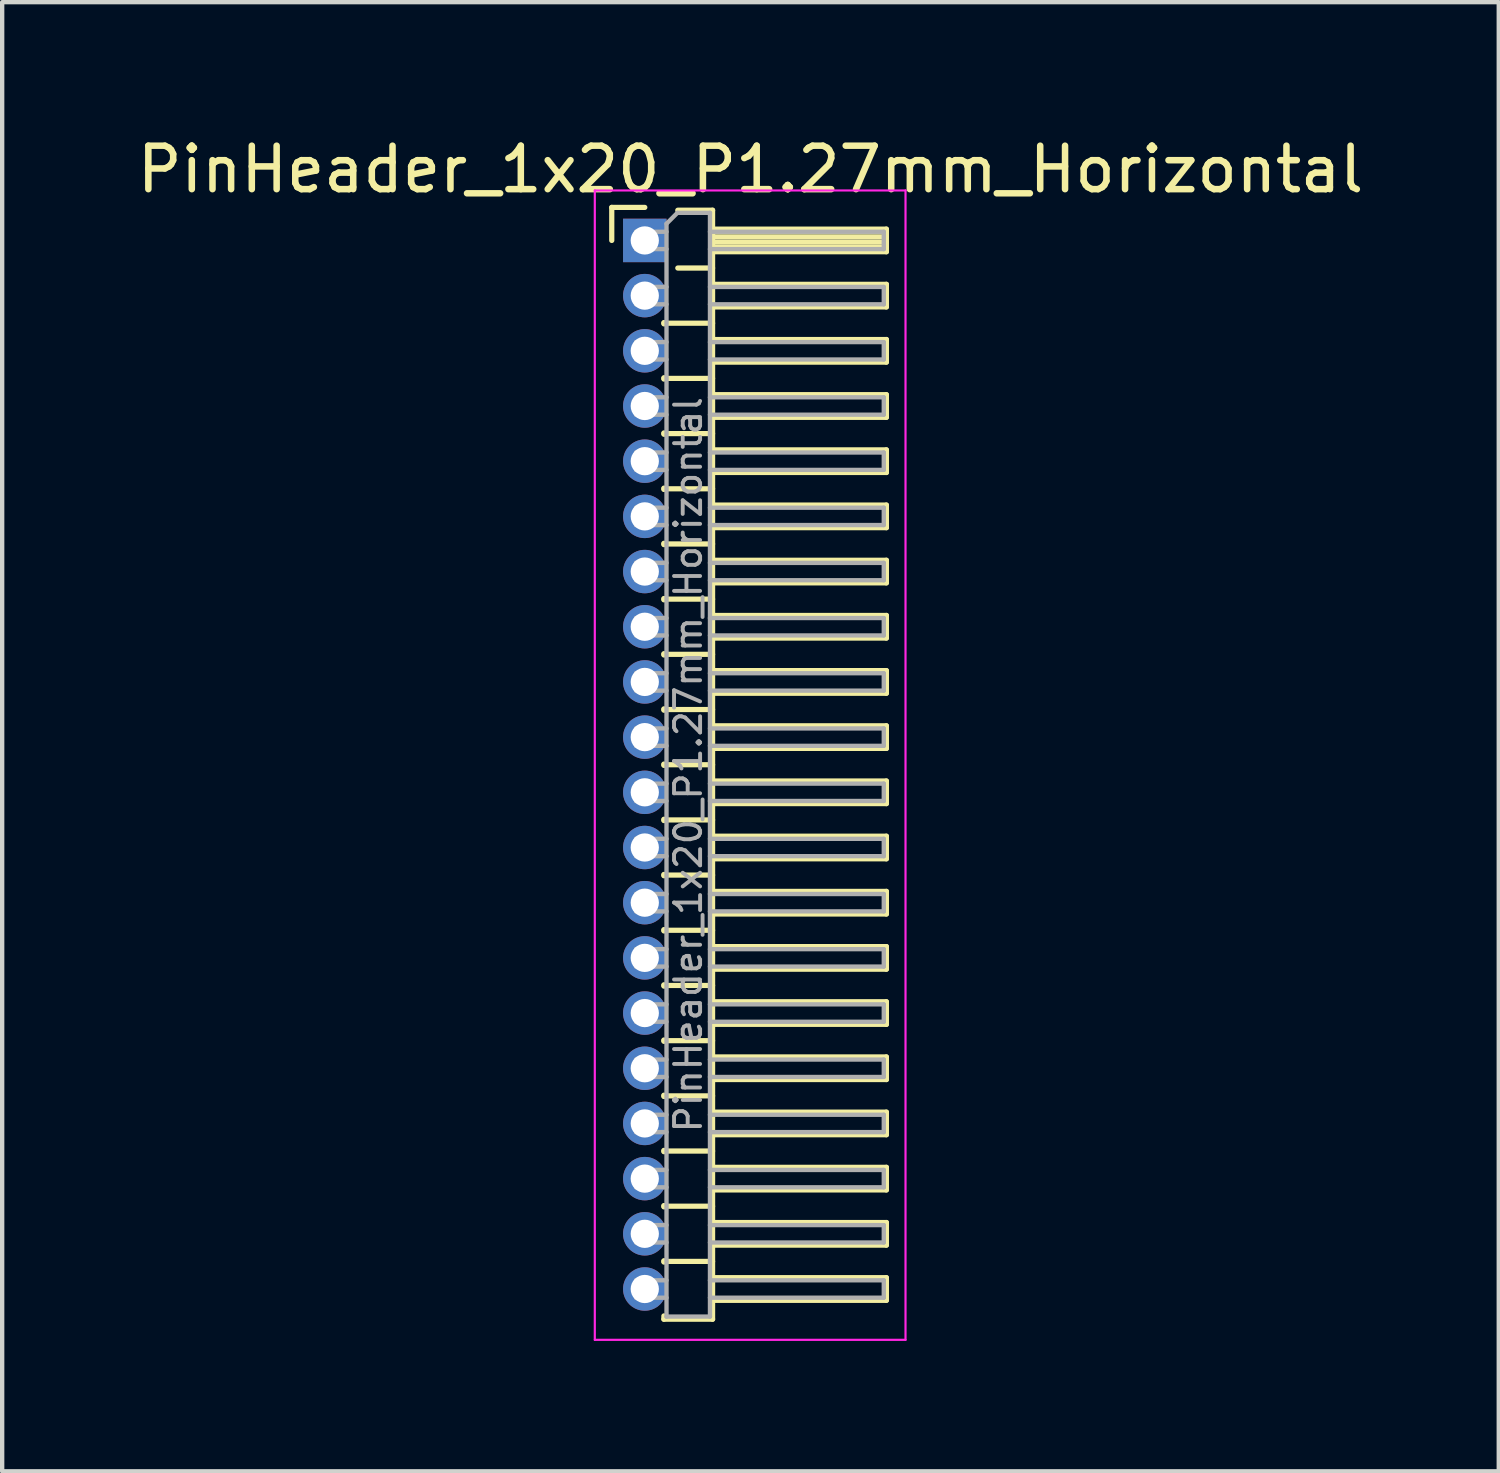
<source format=kicad_pcb>
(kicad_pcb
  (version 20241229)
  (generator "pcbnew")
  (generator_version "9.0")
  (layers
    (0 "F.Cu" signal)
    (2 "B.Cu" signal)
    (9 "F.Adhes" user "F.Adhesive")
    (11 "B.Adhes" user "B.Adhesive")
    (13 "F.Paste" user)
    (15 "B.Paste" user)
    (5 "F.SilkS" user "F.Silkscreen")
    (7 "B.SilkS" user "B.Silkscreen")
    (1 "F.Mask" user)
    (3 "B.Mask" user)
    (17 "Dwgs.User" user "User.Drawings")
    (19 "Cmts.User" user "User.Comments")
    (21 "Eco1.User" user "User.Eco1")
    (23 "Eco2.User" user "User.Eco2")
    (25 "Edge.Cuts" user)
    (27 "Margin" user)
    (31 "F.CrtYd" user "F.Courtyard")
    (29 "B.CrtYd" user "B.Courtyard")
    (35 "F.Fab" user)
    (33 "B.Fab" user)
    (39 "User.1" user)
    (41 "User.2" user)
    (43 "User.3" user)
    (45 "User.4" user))
  (footprint "PinHeader_1x20_P1.27mm_Horizontal"
    (layer "F.Cu")
    (at 11.788 2.483)
    (property "Reference" "PinHeader_1x20_P1.27mm_Horizontal" (at 2.433 -1.635 0) (layer "F.SilkS") (effects (font (size 1 1) (thickness 0.15))))
    (attr through_hole)
    (fp_line (start -0.76 -0.76) (end 0 -0.76) (stroke (width 0.12) (type solid)) (layer "F.SilkS"))
    (fp_line (start -0.76 0) (end -0.76 -0.76) (stroke (width 0.12) (type solid)) (layer "F.SilkS"))
    (fp_line (start 0.44 1.89) (end 0.44 1.92) (stroke (width 0.12) (type solid)) (layer "F.SilkS"))
    (fp_line (start 0.44 1.905) (end 1.56 1.905) (stroke (width 0.12) (type solid)) (layer "F.SilkS"))
    (fp_line (start 0.44 3.16) (end 0.44 3.19) (stroke (width 0.12) (type solid)) (layer "F.SilkS"))
    (fp_line (start 0.44 3.175) (end 1.56 3.175) (stroke (width 0.12) (type solid)) (layer "F.SilkS"))
    (fp_line (start 0.44 4.43) (end 0.44 4.46) (stroke (width 0.12) (type solid)) (layer "F.SilkS"))
    (fp_line (start 0.44 4.445) (end 1.56 4.445) (stroke (width 0.12) (type solid)) (layer "F.SilkS"))
    (fp_line (start 0.44 5.7) (end 0.44 5.73) (stroke (width 0.12) (type solid)) (layer "F.SilkS"))
    (fp_line (start 0.44 5.715) (end 1.56 5.715) (stroke (width 0.12) (type solid)) (layer "F.SilkS"))
    (fp_line (start 0.44 6.97) (end 0.44 7) (stroke (width 0.12) (type solid)) (layer "F.SilkS"))
    (fp_line (start 0.44 6.985) (end 1.56 6.985) (stroke (width 0.12) (type solid)) (layer "F.SilkS"))
    (fp_line (start 0.44 8.24) (end 0.44 8.27) (stroke (width 0.12) (type solid)) (layer "F.SilkS"))
    (fp_line (start 0.44 8.255) (end 1.56 8.255) (stroke (width 0.12) (type solid)) (layer "F.SilkS"))
    (fp_line (start 0.44 9.51) (end 0.44 9.54) (stroke (width 0.12) (type solid)) (layer "F.SilkS"))
    (fp_line (start 0.44 9.525) (end 1.56 9.525) (stroke (width 0.12) (type solid)) (layer "F.SilkS"))
    (fp_line (start 0.44 10.78) (end 0.44 10.81) (stroke (width 0.12) (type solid)) (layer "F.SilkS"))
    (fp_line (start 0.44 10.795) (end 1.56 10.795) (stroke (width 0.12) (type solid)) (layer "F.SilkS"))
    (fp_line (start 0.44 12.05) (end 0.44 12.08) (stroke (width 0.12) (type solid)) (layer "F.SilkS"))
    (fp_line (start 0.44 12.065) (end 1.56 12.065) (stroke (width 0.12) (type solid)) (layer "F.SilkS"))
    (fp_line (start 0.44 13.32) (end 0.44 13.35) (stroke (width 0.12) (type solid)) (layer "F.SilkS"))
    (fp_line (start 0.44 13.335) (end 1.56 13.335) (stroke (width 0.12) (type solid)) (layer "F.SilkS"))
    (fp_line (start 0.44 14.59) (end 0.44 14.62) (stroke (width 0.12) (type solid)) (layer "F.SilkS"))
    (fp_line (start 0.44 14.605) (end 1.56 14.605) (stroke (width 0.12) (type solid)) (layer "F.SilkS"))
    (fp_line (start 0.44 15.86) (end 0.44 15.89) (stroke (width 0.12) (type solid)) (layer "F.SilkS"))
    (fp_line (start 0.44 15.875) (end 1.56 15.875) (stroke (width 0.12) (type solid)) (layer "F.SilkS"))
    (fp_line (start 0.44 17.13) (end 0.44 17.16) (stroke (width 0.12) (type solid)) (layer "F.SilkS"))
    (fp_line (start 0.44 17.145) (end 1.56 17.145) (stroke (width 0.12) (type solid)) (layer "F.SilkS"))
    (fp_line (start 0.44 18.4) (end 0.44 18.43) (stroke (width 0.12) (type solid)) (layer "F.SilkS"))
    (fp_line (start 0.44 18.415) (end 1.56 18.415) (stroke (width 0.12) (type solid)) (layer "F.SilkS"))
    (fp_line (start 0.44 19.67) (end 0.44 19.7) (stroke (width 0.12) (type solid)) (layer "F.SilkS"))
    (fp_line (start 0.44 19.685) (end 1.56 19.685) (stroke (width 0.12) (type solid)) (layer "F.SilkS"))
    (fp_line (start 0.44 20.94) (end 0.44 20.97) (stroke (width 0.12) (type solid)) (layer "F.SilkS"))
    (fp_line (start 0.44 20.955) (end 1.56 20.955) (stroke (width 0.12) (type solid)) (layer "F.SilkS"))
    (fp_line (start 0.44 22.21) (end 0.44 22.24) (stroke (width 0.12) (type solid)) (layer "F.SilkS"))
    (fp_line (start 0.44 22.225) (end 1.56 22.225) (stroke (width 0.12) (type solid)) (layer "F.SilkS"))
    (fp_line (start 0.44 23.48) (end 0.44 23.51) (stroke (width 0.12) (type solid)) (layer "F.SilkS"))
    (fp_line (start 0.44 23.495) (end 1.56 23.495) (stroke (width 0.12) (type solid)) (layer "F.SilkS"))
    (fp_line (start 0.44 24.825) (end 0.44 24.75) (stroke (width 0.12) (type solid)) (layer "F.SilkS"))
    (fp_line (start 0.76 -0.695) (end 1.56 -0.695) (stroke (width 0.12) (type solid)) (layer "F.SilkS"))
    (fp_line (start 0.76 0.635) (end 1.56 0.635) (stroke (width 0.12) (type solid)) (layer "F.SilkS"))
    (fp_line (start 1.56 -0.695) (end 1.56 24.825) (stroke (width 0.12) (type solid)) (layer "F.SilkS"))
    (fp_line (start 1.56 -0.26) (end 5.56 -0.26) (stroke (width 0.12) (type solid)) (layer "F.SilkS"))
    (fp_line (start 1.56 -0.2) (end 5.56 -0.2) (stroke (width 0.12) (type solid)) (layer "F.SilkS"))
    (fp_line (start 1.56 -0.08) (end 5.56 -0.08) (stroke (width 0.12) (type solid)) (layer "F.SilkS"))
    (fp_line (start 1.56 0.04) (end 5.56 0.04) (stroke (width 0.12) (type solid)) (layer "F.SilkS"))
    (fp_line (start 1.56 0.16) (end 5.56 0.16) (stroke (width 0.12) (type solid)) (layer "F.SilkS"))
    (fp_line (start 1.56 1.01) (end 5.56 1.01) (stroke (width 0.12) (type solid)) (layer "F.SilkS"))
    (fp_line (start 1.56 2.28) (end 5.56 2.28) (stroke (width 0.12) (type solid)) (layer "F.SilkS"))
    (fp_line (start 1.56 3.55) (end 5.56 3.55) (stroke (width 0.12) (type solid)) (layer "F.SilkS"))
    (fp_line (start 1.56 4.82) (end 5.56 4.82) (stroke (width 0.12) (type solid)) (layer "F.SilkS"))
    (fp_line (start 1.56 6.09) (end 5.56 6.09) (stroke (width 0.12) (type solid)) (layer "F.SilkS"))
    (fp_line (start 1.56 7.36) (end 5.56 7.36) (stroke (width 0.12) (type solid)) (layer "F.SilkS"))
    (fp_line (start 1.56 8.63) (end 5.56 8.63) (stroke (width 0.12) (type solid)) (layer "F.SilkS"))
    (fp_line (start 1.56 9.9) (end 5.56 9.9) (stroke (width 0.12) (type solid)) (layer "F.SilkS"))
    (fp_line (start 1.56 11.17) (end 5.56 11.17) (stroke (width 0.12) (type solid)) (layer "F.SilkS"))
    (fp_line (start 1.56 12.44) (end 5.56 12.44) (stroke (width 0.12) (type solid)) (layer "F.SilkS"))
    (fp_line (start 1.56 13.71) (end 5.56 13.71) (stroke (width 0.12) (type solid)) (layer "F.SilkS"))
    (fp_line (start 1.56 14.98) (end 5.56 14.98) (stroke (width 0.12) (type solid)) (layer "F.SilkS"))
    (fp_line (start 1.56 16.25) (end 5.56 16.25) (stroke (width 0.12) (type solid)) (layer "F.SilkS"))
    (fp_line (start 1.56 17.52) (end 5.56 17.52) (stroke (width 0.12) (type solid)) (layer "F.SilkS"))
    (fp_line (start 1.56 18.79) (end 5.56 18.79) (stroke (width 0.12) (type solid)) (layer "F.SilkS"))
    (fp_line (start 1.56 20.06) (end 5.56 20.06) (stroke (width 0.12) (type solid)) (layer "F.SilkS"))
    (fp_line (start 1.56 21.33) (end 5.56 21.33) (stroke (width 0.12) (type solid)) (layer "F.SilkS"))
    (fp_line (start 1.56 22.6) (end 5.56 22.6) (stroke (width 0.12) (type solid)) (layer "F.SilkS"))
    (fp_line (start 1.56 23.87) (end 5.56 23.87) (stroke (width 0.12) (type solid)) (layer "F.SilkS"))
    (fp_line (start 1.56 24.825) (end 0.44 24.825) (stroke (width 0.12) (type solid)) (layer "F.SilkS"))
    (fp_line (start 5.56 -0.26) (end 5.56 0.26) (stroke (width 0.12) (type solid)) (layer "F.SilkS"))
    (fp_line (start 5.56 0.26) (end 1.56 0.26) (stroke (width 0.12) (type solid)) (layer "F.SilkS"))
    (fp_line (start 5.56 1.01) (end 5.56 1.53) (stroke (width 0.12) (type solid)) (layer "F.SilkS"))
    (fp_line (start 5.56 1.53) (end 1.56 1.53) (stroke (width 0.12) (type solid)) (layer "F.SilkS"))
    (fp_line (start 5.56 2.28) (end 5.56 2.8) (stroke (width 0.12) (type solid)) (layer "F.SilkS"))
    (fp_line (start 5.56 2.8) (end 1.56 2.8) (stroke (width 0.12) (type solid)) (layer "F.SilkS"))
    (fp_line (start 5.56 3.55) (end 5.56 4.07) (stroke (width 0.12) (type solid)) (layer "F.SilkS"))
    (fp_line (start 5.56 4.07) (end 1.56 4.07) (stroke (width 0.12) (type solid)) (layer "F.SilkS"))
    (fp_line (start 5.56 4.82) (end 5.56 5.34) (stroke (width 0.12) (type solid)) (layer "F.SilkS"))
    (fp_line (start 5.56 5.34) (end 1.56 5.34) (stroke (width 0.12) (type solid)) (layer "F.SilkS"))
    (fp_line (start 5.56 6.09) (end 5.56 6.61) (stroke (width 0.12) (type solid)) (layer "F.SilkS"))
    (fp_line (start 5.56 6.61) (end 1.56 6.61) (stroke (width 0.12) (type solid)) (layer "F.SilkS"))
    (fp_line (start 5.56 7.36) (end 5.56 7.88) (stroke (width 0.12) (type solid)) (layer "F.SilkS"))
    (fp_line (start 5.56 7.88) (end 1.56 7.88) (stroke (width 0.12) (type solid)) (layer "F.SilkS"))
    (fp_line (start 5.56 8.63) (end 5.56 9.15) (stroke (width 0.12) (type solid)) (layer "F.SilkS"))
    (fp_line (start 5.56 9.15) (end 1.56 9.15) (stroke (width 0.12) (type solid)) (layer "F.SilkS"))
    (fp_line (start 5.56 9.9) (end 5.56 10.42) (stroke (width 0.12) (type solid)) (layer "F.SilkS"))
    (fp_line (start 5.56 10.42) (end 1.56 10.42) (stroke (width 0.12) (type solid)) (layer "F.SilkS"))
    (fp_line (start 5.56 11.17) (end 5.56 11.69) (stroke (width 0.12) (type solid)) (layer "F.SilkS"))
    (fp_line (start 5.56 11.69) (end 1.56 11.69) (stroke (width 0.12) (type solid)) (layer "F.SilkS"))
    (fp_line (start 5.56 12.44) (end 5.56 12.96) (stroke (width 0.12) (type solid)) (layer "F.SilkS"))
    (fp_line (start 5.56 12.96) (end 1.56 12.96) (stroke (width 0.12) (type solid)) (layer "F.SilkS"))
    (fp_line (start 5.56 13.71) (end 5.56 14.23) (stroke (width 0.12) (type solid)) (layer "F.SilkS"))
    (fp_line (start 5.56 14.23) (end 1.56 14.23) (stroke (width 0.12) (type solid)) (layer "F.SilkS"))
    (fp_line (start 5.56 14.98) (end 5.56 15.5) (stroke (width 0.12) (type solid)) (layer "F.SilkS"))
    (fp_line (start 5.56 15.5) (end 1.56 15.5) (stroke (width 0.12) (type solid)) (layer "F.SilkS"))
    (fp_line (start 5.56 16.25) (end 5.56 16.77) (stroke (width 0.12) (type solid)) (layer "F.SilkS"))
    (fp_line (start 5.56 16.77) (end 1.56 16.77) (stroke (width 0.12) (type solid)) (layer "F.SilkS"))
    (fp_line (start 5.56 17.52) (end 5.56 18.04) (stroke (width 0.12) (type solid)) (layer "F.SilkS"))
    (fp_line (start 5.56 18.04) (end 1.56 18.04) (stroke (width 0.12) (type solid)) (layer "F.SilkS"))
    (fp_line (start 5.56 18.79) (end 5.56 19.31) (stroke (width 0.12) (type solid)) (layer "F.SilkS"))
    (fp_line (start 5.56 19.31) (end 1.56 19.31) (stroke (width 0.12) (type solid)) (layer "F.SilkS"))
    (fp_line (start 5.56 20.06) (end 5.56 20.58) (stroke (width 0.12) (type solid)) (layer "F.SilkS"))
    (fp_line (start 5.56 20.58) (end 1.56 20.58) (stroke (width 0.12) (type solid)) (layer "F.SilkS"))
    (fp_line (start 5.56 21.33) (end 5.56 21.85) (stroke (width 0.12) (type solid)) (layer "F.SilkS"))
    (fp_line (start 5.56 21.85) (end 1.56 21.85) (stroke (width 0.12) (type solid)) (layer "F.SilkS"))
    (fp_line (start 5.56 22.6) (end 5.56 23.12) (stroke (width 0.12) (type solid)) (layer "F.SilkS"))
    (fp_line (start 5.56 23.12) (end 1.56 23.12) (stroke (width 0.12) (type solid)) (layer "F.SilkS"))
    (fp_line (start 5.56 23.87) (end 5.56 24.39) (stroke (width 0.12) (type solid)) (layer "F.SilkS"))
    (fp_line (start 5.56 24.39) (end 1.56 24.39) (stroke (width 0.12) (type solid)) (layer "F.SilkS"))
    (fp_line (start -1.15 -1.15) (end -1.15 25.3) (stroke (width 0.05) (type solid)) (layer "F.CrtYd"))
    (fp_line (start -1.15 25.3) (end 6 25.3) (stroke (width 0.05) (type solid)) (layer "F.CrtYd"))
    (fp_line (start 6 -1.15) (end -1.15 -1.15) (stroke (width 0.05) (type solid)) (layer "F.CrtYd"))
    (fp_line (start 6 25.3) (end 6 -1.15) (stroke (width 0.05) (type solid)) (layer "F.CrtYd"))
    (fp_line (start -0.2 -0.2) (end -0.2 0.2) (stroke (width 0.1) (type solid)) (layer "F.Fab"))
    (fp_line (start -0.2 -0.2) (end 0.5 -0.2) (stroke (width 0.1) (type solid)) (layer "F.Fab"))
    (fp_line (start -0.2 0.2) (end 0.5 0.2) (stroke (width 0.1) (type solid)) (layer "F.Fab"))
    (fp_line (start -0.2 1.07) (end -0.2 1.47) (stroke (width 0.1) (type solid)) (layer "F.Fab"))
    (fp_line (start -0.2 1.07) (end 0.5 1.07) (stroke (width 0.1) (type solid)) (layer "F.Fab"))
    (fp_line (start -0.2 1.47) (end 0.5 1.47) (stroke (width 0.1) (type solid)) (layer "F.Fab"))
    (fp_line (start -0.2 2.34) (end -0.2 2.74) (stroke (width 0.1) (type solid)) (layer "F.Fab"))
    (fp_line (start -0.2 2.34) (end 0.5 2.34) (stroke (width 0.1) (type solid)) (layer "F.Fab"))
    (fp_line (start -0.2 2.74) (end 0.5 2.74) (stroke (width 0.1) (type solid)) (layer "F.Fab"))
    (fp_line (start -0.2 3.61) (end -0.2 4.01) (stroke (width 0.1) (type solid)) (layer "F.Fab"))
    (fp_line (start -0.2 3.61) (end 0.5 3.61) (stroke (width 0.1) (type solid)) (layer "F.Fab"))
    (fp_line (start -0.2 4.01) (end 0.5 4.01) (stroke (width 0.1) (type solid)) (layer "F.Fab"))
    (fp_line (start -0.2 4.88) (end -0.2 5.28) (stroke (width 0.1) (type solid)) (layer "F.Fab"))
    (fp_line (start -0.2 4.88) (end 0.5 4.88) (stroke (width 0.1) (type solid)) (layer "F.Fab"))
    (fp_line (start -0.2 5.28) (end 0.5 5.28) (stroke (width 0.1) (type solid)) (layer "F.Fab"))
    (fp_line (start -0.2 6.15) (end -0.2 6.55) (stroke (width 0.1) (type solid)) (layer "F.Fab"))
    (fp_line (start -0.2 6.15) (end 0.5 6.15) (stroke (width 0.1) (type solid)) (layer "F.Fab"))
    (fp_line (start -0.2 6.55) (end 0.5 6.55) (stroke (width 0.1) (type solid)) (layer "F.Fab"))
    (fp_line (start -0.2 7.42) (end -0.2 7.82) (stroke (width 0.1) (type solid)) (layer "F.Fab"))
    (fp_line (start -0.2 7.42) (end 0.5 7.42) (stroke (width 0.1) (type solid)) (layer "F.Fab"))
    (fp_line (start -0.2 7.82) (end 0.5 7.82) (stroke (width 0.1) (type solid)) (layer "F.Fab"))
    (fp_line (start -0.2 8.69) (end -0.2 9.09) (stroke (width 0.1) (type solid)) (layer "F.Fab"))
    (fp_line (start -0.2 8.69) (end 0.5 8.69) (stroke (width 0.1) (type solid)) (layer "F.Fab"))
    (fp_line (start -0.2 9.09) (end 0.5 9.09) (stroke (width 0.1) (type solid)) (layer "F.Fab"))
    (fp_line (start -0.2 9.96) (end -0.2 10.36) (stroke (width 0.1) (type solid)) (layer "F.Fab"))
    (fp_line (start -0.2 9.96) (end 0.5 9.96) (stroke (width 0.1) (type solid)) (layer "F.Fab"))
    (fp_line (start -0.2 10.36) (end 0.5 10.36) (stroke (width 0.1) (type solid)) (layer "F.Fab"))
    (fp_line (start -0.2 11.23) (end -0.2 11.63) (stroke (width 0.1) (type solid)) (layer "F.Fab"))
    (fp_line (start -0.2 11.23) (end 0.5 11.23) (stroke (width 0.1) (type solid)) (layer "F.Fab"))
    (fp_line (start -0.2 11.63) (end 0.5 11.63) (stroke (width 0.1) (type solid)) (layer "F.Fab"))
    (fp_line (start -0.2 12.5) (end -0.2 12.9) (stroke (width 0.1) (type solid)) (layer "F.Fab"))
    (fp_line (start -0.2 12.5) (end 0.5 12.5) (stroke (width 0.1) (type solid)) (layer "F.Fab"))
    (fp_line (start -0.2 12.9) (end 0.5 12.9) (stroke (width 0.1) (type solid)) (layer "F.Fab"))
    (fp_line (start -0.2 13.77) (end -0.2 14.17) (stroke (width 0.1) (type solid)) (layer "F.Fab"))
    (fp_line (start -0.2 13.77) (end 0.5 13.77) (stroke (width 0.1) (type solid)) (layer "F.Fab"))
    (fp_line (start -0.2 14.17) (end 0.5 14.17) (stroke (width 0.1) (type solid)) (layer "F.Fab"))
    (fp_line (start -0.2 15.04) (end -0.2 15.44) (stroke (width 0.1) (type solid)) (layer "F.Fab"))
    (fp_line (start -0.2 15.04) (end 0.5 15.04) (stroke (width 0.1) (type solid)) (layer "F.Fab"))
    (fp_line (start -0.2 15.44) (end 0.5 15.44) (stroke (width 0.1) (type solid)) (layer "F.Fab"))
    (fp_line (start -0.2 16.31) (end -0.2 16.71) (stroke (width 0.1) (type solid)) (layer "F.Fab"))
    (fp_line (start -0.2 16.31) (end 0.5 16.31) (stroke (width 0.1) (type solid)) (layer "F.Fab"))
    (fp_line (start -0.2 16.71) (end 0.5 16.71) (stroke (width 0.1) (type solid)) (layer "F.Fab"))
    (fp_line (start -0.2 17.58) (end -0.2 17.98) (stroke (width 0.1) (type solid)) (layer "F.Fab"))
    (fp_line (start -0.2 17.58) (end 0.5 17.58) (stroke (width 0.1) (type solid)) (layer "F.Fab"))
    (fp_line (start -0.2 17.98) (end 0.5 17.98) (stroke (width 0.1) (type solid)) (layer "F.Fab"))
    (fp_line (start -0.2 18.85) (end -0.2 19.25) (stroke (width 0.1) (type solid)) (layer "F.Fab"))
    (fp_line (start -0.2 18.85) (end 0.5 18.85) (stroke (width 0.1) (type solid)) (layer "F.Fab"))
    (fp_line (start -0.2 19.25) (end 0.5 19.25) (stroke (width 0.1) (type solid)) (layer "F.Fab"))
    (fp_line (start -0.2 20.12) (end -0.2 20.52) (stroke (width 0.1) (type solid)) (layer "F.Fab"))
    (fp_line (start -0.2 20.12) (end 0.5 20.12) (stroke (width 0.1) (type solid)) (layer "F.Fab"))
    (fp_line (start -0.2 20.52) (end 0.5 20.52) (stroke (width 0.1) (type solid)) (layer "F.Fab"))
    (fp_line (start -0.2 21.39) (end -0.2 21.79) (stroke (width 0.1) (type solid)) (layer "F.Fab"))
    (fp_line (start -0.2 21.39) (end 0.5 21.39) (stroke (width 0.1) (type solid)) (layer "F.Fab"))
    (fp_line (start -0.2 21.79) (end 0.5 21.79) (stroke (width 0.1) (type solid)) (layer "F.Fab"))
    (fp_line (start -0.2 22.66) (end -0.2 23.06) (stroke (width 0.1) (type solid)) (layer "F.Fab"))
    (fp_line (start -0.2 22.66) (end 0.5 22.66) (stroke (width 0.1) (type solid)) (layer "F.Fab"))
    (fp_line (start -0.2 23.06) (end 0.5 23.06) (stroke (width 0.1) (type solid)) (layer "F.Fab"))
    (fp_line (start -0.2 23.93) (end -0.2 24.33) (stroke (width 0.1) (type solid)) (layer "F.Fab"))
    (fp_line (start -0.2 23.93) (end 0.5 23.93) (stroke (width 0.1) (type solid)) (layer "F.Fab"))
    (fp_line (start -0.2 24.33) (end 0.5 24.33) (stroke (width 0.1) (type solid)) (layer "F.Fab"))
    (fp_line (start 0.5 -0.385) (end 0.75 -0.635) (stroke (width 0.1) (type solid)) (layer "F.Fab"))
    (fp_line (start 0.5 24.765) (end 0.5 -0.385) (stroke (width 0.1) (type solid)) (layer "F.Fab"))
    (fp_line (start 0.75 -0.635) (end 1.5 -0.635) (stroke (width 0.1) (type solid)) (layer "F.Fab"))
    (fp_line (start 1.5 -0.635) (end 1.5 24.765) (stroke (width 0.1) (type solid)) (layer "F.Fab"))
    (fp_line (start 1.5 -0.2) (end 5.5 -0.2) (stroke (width 0.1) (type solid)) (layer "F.Fab"))
    (fp_line (start 1.5 0.2) (end 5.5 0.2) (stroke (width 0.1) (type solid)) (layer "F.Fab"))
    (fp_line (start 1.5 1.07) (end 5.5 1.07) (stroke (width 0.1) (type solid)) (layer "F.Fab"))
    (fp_line (start 1.5 1.47) (end 5.5 1.47) (stroke (width 0.1) (type solid)) (layer "F.Fab"))
    (fp_line (start 1.5 2.34) (end 5.5 2.34) (stroke (width 0.1) (type solid)) (layer "F.Fab"))
    (fp_line (start 1.5 2.74) (end 5.5 2.74) (stroke (width 0.1) (type solid)) (layer "F.Fab"))
    (fp_line (start 1.5 3.61) (end 5.5 3.61) (stroke (width 0.1) (type solid)) (layer "F.Fab"))
    (fp_line (start 1.5 4.01) (end 5.5 4.01) (stroke (width 0.1) (type solid)) (layer "F.Fab"))
    (fp_line (start 1.5 4.88) (end 5.5 4.88) (stroke (width 0.1) (type solid)) (layer "F.Fab"))
    (fp_line (start 1.5 5.28) (end 5.5 5.28) (stroke (width 0.1) (type solid)) (layer "F.Fab"))
    (fp_line (start 1.5 6.15) (end 5.5 6.15) (stroke (width 0.1) (type solid)) (layer "F.Fab"))
    (fp_line (start 1.5 6.55) (end 5.5 6.55) (stroke (width 0.1) (type solid)) (layer "F.Fab"))
    (fp_line (start 1.5 7.42) (end 5.5 7.42) (stroke (width 0.1) (type solid)) (layer "F.Fab"))
    (fp_line (start 1.5 7.82) (end 5.5 7.82) (stroke (width 0.1) (type solid)) (layer "F.Fab"))
    (fp_line (start 1.5 8.69) (end 5.5 8.69) (stroke (width 0.1) (type solid)) (layer "F.Fab"))
    (fp_line (start 1.5 9.09) (end 5.5 9.09) (stroke (width 0.1) (type solid)) (layer "F.Fab"))
    (fp_line (start 1.5 9.96) (end 5.5 9.96) (stroke (width 0.1) (type solid)) (layer "F.Fab"))
    (fp_line (start 1.5 10.36) (end 5.5 10.36) (stroke (width 0.1) (type solid)) (layer "F.Fab"))
    (fp_line (start 1.5 11.23) (end 5.5 11.23) (stroke (width 0.1) (type solid)) (layer "F.Fab"))
    (fp_line (start 1.5 11.63) (end 5.5 11.63) (stroke (width 0.1) (type solid)) (layer "F.Fab"))
    (fp_line (start 1.5 12.5) (end 5.5 12.5) (stroke (width 0.1) (type solid)) (layer "F.Fab"))
    (fp_line (start 1.5 12.9) (end 5.5 12.9) (stroke (width 0.1) (type solid)) (layer "F.Fab"))
    (fp_line (start 1.5 13.77) (end 5.5 13.77) (stroke (width 0.1) (type solid)) (layer "F.Fab"))
    (fp_line (start 1.5 14.17) (end 5.5 14.17) (stroke (width 0.1) (type solid)) (layer "F.Fab"))
    (fp_line (start 1.5 15.04) (end 5.5 15.04) (stroke (width 0.1) (type solid)) (layer "F.Fab"))
    (fp_line (start 1.5 15.44) (end 5.5 15.44) (stroke (width 0.1) (type solid)) (layer "F.Fab"))
    (fp_line (start 1.5 16.31) (end 5.5 16.31) (stroke (width 0.1) (type solid)) (layer "F.Fab"))
    (fp_line (start 1.5 16.71) (end 5.5 16.71) (stroke (width 0.1) (type solid)) (layer "F.Fab"))
    (fp_line (start 1.5 17.58) (end 5.5 17.58) (stroke (width 0.1) (type solid)) (layer "F.Fab"))
    (fp_line (start 1.5 17.98) (end 5.5 17.98) (stroke (width 0.1) (type solid)) (layer "F.Fab"))
    (fp_line (start 1.5 18.85) (end 5.5 18.85) (stroke (width 0.1) (type solid)) (layer "F.Fab"))
    (fp_line (start 1.5 19.25) (end 5.5 19.25) (stroke (width 0.1) (type solid)) (layer "F.Fab"))
    (fp_line (start 1.5 20.12) (end 5.5 20.12) (stroke (width 0.1) (type solid)) (layer "F.Fab"))
    (fp_line (start 1.5 20.52) (end 5.5 20.52) (stroke (width 0.1) (type solid)) (layer "F.Fab"))
    (fp_line (start 1.5 21.39) (end 5.5 21.39) (stroke (width 0.1) (type solid)) (layer "F.Fab"))
    (fp_line (start 1.5 21.79) (end 5.5 21.79) (stroke (width 0.1) (type solid)) (layer "F.Fab"))
    (fp_line (start 1.5 22.66) (end 5.5 22.66) (stroke (width 0.1) (type solid)) (layer "F.Fab"))
    (fp_line (start 1.5 23.06) (end 5.5 23.06) (stroke (width 0.1) (type solid)) (layer "F.Fab"))
    (fp_line (start 1.5 23.93) (end 5.5 23.93) (stroke (width 0.1) (type solid)) (layer "F.Fab"))
    (fp_line (start 1.5 24.33) (end 5.5 24.33) (stroke (width 0.1) (type solid)) (layer "F.Fab"))
    (fp_line (start 1.5 24.765) (end 0.5 24.765) (stroke (width 0.1) (type solid)) (layer "F.Fab"))
    (fp_line (start 5.5 -0.2) (end 5.5 0.2) (stroke (width 0.1) (type solid)) (layer "F.Fab"))
    (fp_line (start 5.5 1.07) (end 5.5 1.47) (stroke (width 0.1) (type solid)) (layer "F.Fab"))
    (fp_line (start 5.5 2.34) (end 5.5 2.74) (stroke (width 0.1) (type solid)) (layer "F.Fab"))
    (fp_line (start 5.5 3.61) (end 5.5 4.01) (stroke (width 0.1) (type solid)) (layer "F.Fab"))
    (fp_line (start 5.5 4.88) (end 5.5 5.28) (stroke (width 0.1) (type solid)) (layer "F.Fab"))
    (fp_line (start 5.5 6.15) (end 5.5 6.55) (stroke (width 0.1) (type solid)) (layer "F.Fab"))
    (fp_line (start 5.5 7.42) (end 5.5 7.82) (stroke (width 0.1) (type solid)) (layer "F.Fab"))
    (fp_line (start 5.5 8.69) (end 5.5 9.09) (stroke (width 0.1) (type solid)) (layer "F.Fab"))
    (fp_line (start 5.5 9.96) (end 5.5 10.36) (stroke (width 0.1) (type solid)) (layer "F.Fab"))
    (fp_line (start 5.5 11.23) (end 5.5 11.63) (stroke (width 0.1) (type solid)) (layer "F.Fab"))
    (fp_line (start 5.5 12.5) (end 5.5 12.9) (stroke (width 0.1) (type solid)) (layer "F.Fab"))
    (fp_line (start 5.5 13.77) (end 5.5 14.17) (stroke (width 0.1) (type solid)) (layer "F.Fab"))
    (fp_line (start 5.5 15.04) (end 5.5 15.44) (stroke (width 0.1) (type solid)) (layer "F.Fab"))
    (fp_line (start 5.5 16.31) (end 5.5 16.71) (stroke (width 0.1) (type solid)) (layer "F.Fab"))
    (fp_line (start 5.5 17.58) (end 5.5 17.98) (stroke (width 0.1) (type solid)) (layer "F.Fab"))
    (fp_line (start 5.5 18.85) (end 5.5 19.25) (stroke (width 0.1) (type solid)) (layer "F.Fab"))
    (fp_line (start 5.5 20.12) (end 5.5 20.52) (stroke (width 0.1) (type solid)) (layer "F.Fab"))
    (fp_line (start 5.5 21.39) (end 5.5 21.79) (stroke (width 0.1) (type solid)) (layer "F.Fab"))
    (fp_line (start 5.5 22.66) (end 5.5 23.06) (stroke (width 0.1) (type solid)) (layer "F.Fab"))
    (fp_line (start 5.5 23.93) (end 5.5 24.33) (stroke (width 0.1) (type solid)) (layer "F.Fab"))
    (fp_text user "${REFERENCE}" (at 1 12.065 90) (layer "F.Fab") (effects (font (size 0.6 0.6) (thickness 0.09))))
    (pad "1" thru_hole rect (at 0 0) (size 1 1) (drill 0.65) (layers "*.Cu" "*.Mask"))
    (pad "2" thru_hole oval (at 0 1.27) (size 1 1) (drill 0.65) (layers "*.Cu" "*.Mask"))
    (pad "3" thru_hole oval (at 0 2.54) (size 1 1) (drill 0.65) (layers "*.Cu" "*.Mask"))
    (pad "4" thru_hole oval (at 0 3.81) (size 1 1) (drill 0.65) (layers "*.Cu" "*.Mask"))
    (pad "5" thru_hole oval (at 0 5.08) (size 1 1) (drill 0.65) (layers "*.Cu" "*.Mask"))
    (pad "6" thru_hole oval (at 0 6.35) (size 1 1) (drill 0.65) (layers "*.Cu" "*.Mask"))
    (pad "7" thru_hole oval (at 0 7.62) (size 1 1) (drill 0.65) (layers "*.Cu" "*.Mask"))
    (pad "8" thru_hole oval (at 0 8.89) (size 1 1) (drill 0.65) (layers "*.Cu" "*.Mask"))
    (pad "9" thru_hole oval (at 0 10.16) (size 1 1) (drill 0.65) (layers "*.Cu" "*.Mask"))
    (pad "10" thru_hole oval (at 0 11.43) (size 1 1) (drill 0.65) (layers "*.Cu" "*.Mask"))
    (pad "11" thru_hole oval (at 0 12.7) (size 1 1) (drill 0.65) (layers "*.Cu" "*.Mask"))
    (pad "12" thru_hole oval (at 0 13.97) (size 1 1) (drill 0.65) (layers "*.Cu" "*.Mask"))
    (pad "13" thru_hole oval (at 0 15.24) (size 1 1) (drill 0.65) (layers "*.Cu" "*.Mask"))
    (pad "14" thru_hole oval (at 0 16.51) (size 1 1) (drill 0.65) (layers "*.Cu" "*.Mask"))
    (pad "15" thru_hole oval (at 0 17.78) (size 1 1) (drill 0.65) (layers "*.Cu" "*.Mask"))
    (pad "16" thru_hole oval (at 0 19.05) (size 1 1) (drill 0.65) (layers "*.Cu" "*.Mask"))
    (pad "17" thru_hole oval (at 0 20.32) (size 1 1) (drill 0.65) (layers "*.Cu" "*.Mask"))
    (pad "18" thru_hole oval (at 0 21.59) (size 1 1) (drill 0.65) (layers "*.Cu" "*.Mask"))
    (pad "19" thru_hole oval (at 0 22.86) (size 1 1) (drill 0.65) (layers "*.Cu" "*.Mask"))
    (pad "20" thru_hole oval (at 0 24.13) (size 1 1) (drill 0.65) (layers "*.Cu" "*.Mask")))
  (gr_rect
    (start -3 -3)
    (end 31.44 30.808)
    (stroke (width 0.1) (type default))
    (fill no)
    (layer "Edge.Cuts")))
</source>
